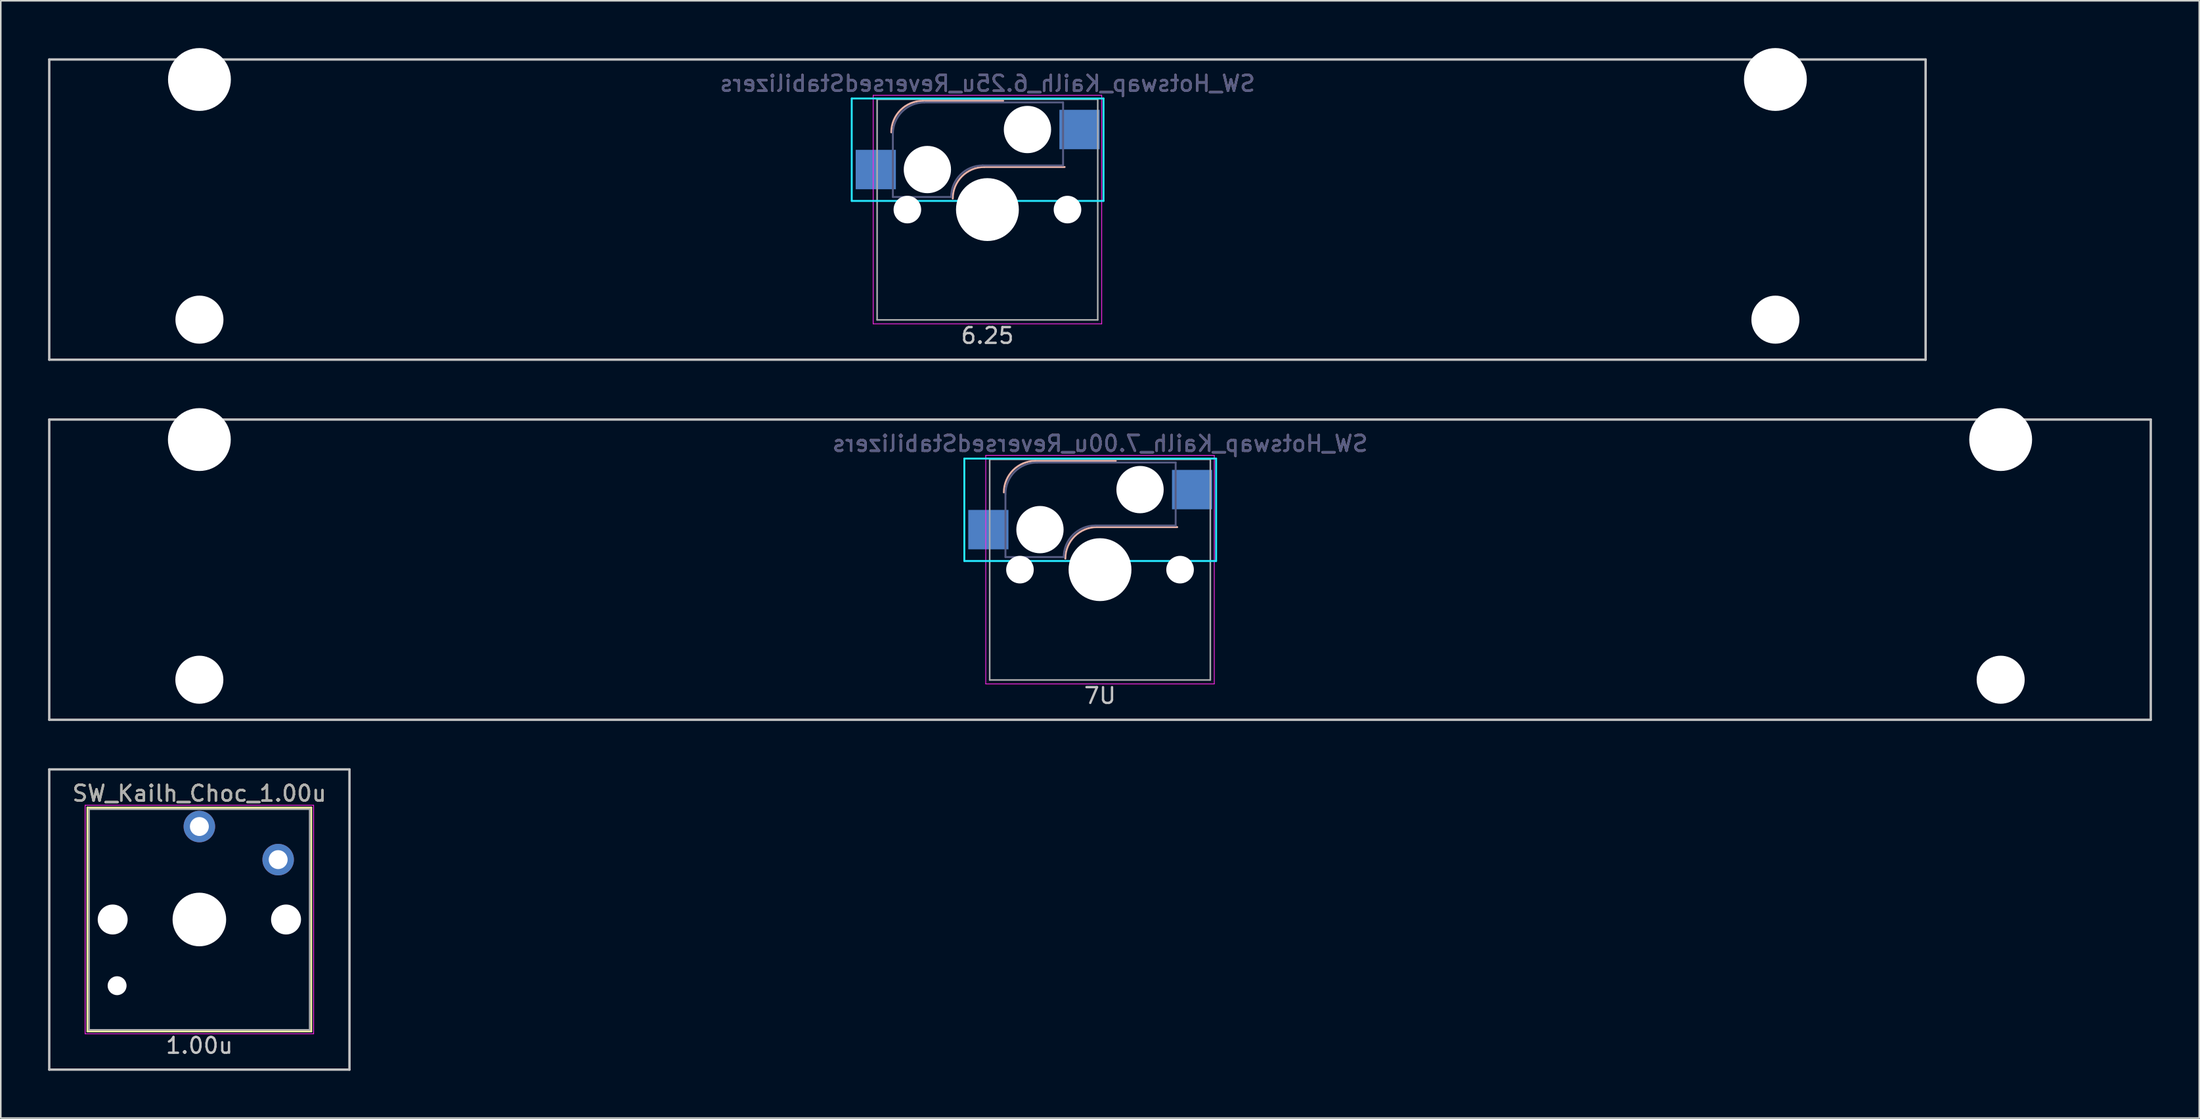
<source format=kicad_pcb>
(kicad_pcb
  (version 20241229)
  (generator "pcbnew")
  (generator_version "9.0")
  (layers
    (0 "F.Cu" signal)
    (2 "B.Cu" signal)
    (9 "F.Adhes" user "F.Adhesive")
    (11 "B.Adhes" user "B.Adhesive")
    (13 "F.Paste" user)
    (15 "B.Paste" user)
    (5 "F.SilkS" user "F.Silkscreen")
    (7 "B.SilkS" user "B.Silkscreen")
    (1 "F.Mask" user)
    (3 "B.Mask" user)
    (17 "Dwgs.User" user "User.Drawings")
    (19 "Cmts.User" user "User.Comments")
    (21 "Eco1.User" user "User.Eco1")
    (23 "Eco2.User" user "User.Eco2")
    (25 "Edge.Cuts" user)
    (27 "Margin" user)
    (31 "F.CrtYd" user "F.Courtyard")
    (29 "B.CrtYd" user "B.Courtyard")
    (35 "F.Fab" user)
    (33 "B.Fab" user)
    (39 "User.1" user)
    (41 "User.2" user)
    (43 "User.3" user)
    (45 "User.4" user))
  (footprint "SW_Hotswap_Kailh_6.25u_ReversedStabilizers"
    (layer "F.Cu")
    (at 59.606 10.249)
    (property "Reference" "SW_Hotswap_Kailh_6.25u_ReversedStabilizers" (at 0 -8 0) (layer "B.SilkS") (effects (font (size 1 1) (thickness 0.15)) (justify mirror)))
    (attr smd)
    (fp_line (start 1 -6.9) (end -4.1 -6.9) (stroke (width 0.12) (type solid)) (layer "B.SilkS"))
    (fp_line (start 4.9 -2.7) (end -0.2 -2.7) (stroke (width 0.12) (type solid)) (layer "B.SilkS"))
    (fp_arc (start -6.1 -4.9) (mid -5.514214 -6.314214) (end -4.1 -6.9) (stroke (width 0.12) (type solid)) (layer "B.SilkS"))
    (fp_arc (start -2.2 -0.7) (mid -1.614214 -2.114214) (end -0.2 -2.7) (stroke (width 0.12) (type solid)) (layer "B.SilkS"))
    (fp_line (start -59.531 -9.525) (end 59.531 -9.525) (stroke (width 0.15) (type solid)) (layer "Dwgs.User"))
    (fp_line (start -59.531 9.525) (end -59.531 -9.525) (stroke (width 0.15) (type solid)) (layer "Dwgs.User"))
    (fp_line (start 59.531 -9.525) (end 59.531 9.525) (stroke (width 0.15) (type solid)) (layer "Dwgs.User"))
    (fp_line (start 59.531 9.525) (end -59.531 9.525) (stroke (width 0.15) (type solid)) (layer "Dwgs.User"))
    (fp_line (start -8.61 -7.05) (end 7.367 -7.05) (stroke (width 0.12) (type solid)) (layer "B.CrtYd"))
    (fp_line (start -8.61 -0.55) (end -8.61 -7.05) (stroke (width 0.12) (type solid)) (layer "B.CrtYd"))
    (fp_line (start -8.61 -0.55) (end 7.367 -0.55) (stroke (width 0.12) (type solid)) (layer "B.CrtYd"))
    (fp_line (start 7.367 -7.05) (end 7.367 -0.55) (stroke (width 0.12) (type solid)) (layer "B.CrtYd"))
    (fp_line (start -7.25 -7.25) (end 7.25 -7.25) (stroke (width 0.05) (type solid)) (layer "F.CrtYd"))
    (fp_line (start -7.25 7.25) (end -7.25 -7.25) (stroke (width 0.05) (type solid)) (layer "F.CrtYd"))
    (fp_line (start 7.25 -7.25) (end 7.25 7.25) (stroke (width 0.05) (type solid)) (layer "F.CrtYd"))
    (fp_line (start 7.25 7.25) (end -7.25 7.25) (stroke (width 0.05) (type solid)) (layer "F.CrtYd"))
    (fp_line (start -6 -0.8) (end -6 -4.8) (stroke (width 0.12) (type solid)) (layer "B.Fab"))
    (fp_line (start -6 -0.8) (end -2.3 -0.8) (stroke (width 0.12) (type solid)) (layer "B.Fab"))
    (fp_line (start -4 -6.8) (end 4.8 -6.8) (stroke (width 0.12) (type solid)) (layer "B.Fab"))
    (fp_line (start -0.3 -2.8) (end 4.8 -2.8) (stroke (width 0.12) (type solid)) (layer "B.Fab"))
    (fp_line (start 4.8 -6.8) (end 4.8 -2.8) (stroke (width 0.12) (type solid)) (layer "B.Fab"))
    (fp_arc (start -6 -4.8) (mid -5.414214 -6.214214) (end -4 -6.8) (stroke (width 0.12) (type solid)) (layer "B.Fab"))
    (fp_arc (start -2.3 -0.8) (mid -1.714214 -2.214214) (end -0.3 -2.8) (stroke (width 0.12) (type solid)) (layer "B.Fab"))
    (fp_line (start -7 -7) (end 7 -7) (stroke (width 0.1) (type solid)) (layer "F.Fab"))
    (fp_line (start -7 7) (end -7 -7) (stroke (width 0.1) (type solid)) (layer "F.Fab"))
    (fp_line (start 7 -7) (end 7 7) (stroke (width 0.1) (type solid)) (layer "F.Fab"))
    (fp_line (start 7 7) (end -7 7) (stroke (width 0.1) (type solid)) (layer "F.Fab"))
    (fp_text user "6.25" (at 0 8 0) (layer "Dwgs.User") (effects (font (size 1 1) (thickness 0.15))))
    (fp_text user "${REFERENCE}" (at 0 -8 0) (layer "B.Fab") (effects (font (size 1 1) (thickness 0.15)) (justify mirror)))
    (pad "" np_thru_hole circle (at -50 -8.255) (size 3.988 3.988) (drill 3.988) (layers "*.Cu" "*.Mask"))
    (pad "" np_thru_hole circle (at -50 6.985) (size 3.048 3.048) (drill 3.048) (layers "*.Cu" "*.Mask"))
    (pad "" np_thru_hole circle (at -5.08 0 48.1) (size 1.75 1.75) (drill 1.75) (layers "*.Cu" "*.Mask"))
    (pad "" np_thru_hole circle (at -3.81 -2.54) (size 3 3) (drill 3) (layers "*.Cu" "*.Mask"))
    (pad "" np_thru_hole circle (at 0 0) (size 3.988 3.988) (drill 3.988) (layers "*.Cu" "*.Mask"))
    (pad "" np_thru_hole circle (at 2.54 -5.08) (size 3 3) (drill 3) (layers "*.Cu" "*.Mask"))
    (pad "" np_thru_hole circle (at 5.08 0 48.1) (size 1.75 1.75) (drill 1.75) (layers "*.Cu" "*.Mask"))
    (pad "" np_thru_hole circle (at 50 -8.255) (size 3.988 3.988) (drill 3.988) (layers "*.Cu" "*.Mask"))
    (pad "" np_thru_hole circle (at 50 6.985) (size 3.048 3.048) (drill 3.048) (layers "*.Cu" "*.Mask"))
    (pad "1" smd rect (at -7.085 -2.54) (size 2.55 2.5) (layers "B.Cu" "B.Mask" "B.Paste"))
    (pad "2" smd rect (at 5.842 -5.08) (size 2.55 2.5) (layers "B.Cu" "B.Mask" "B.Paste")))
  (footprint "SW_Hotswap_Kailh_7.00u_ReversedStabilizers"
    (layer "F.Cu")
    (at 66.75 33.098)
    (property "Reference" "SW_Hotswap_Kailh_7.00u_ReversedStabilizers" (at 0 -8 0) (layer "B.SilkS") (effects (font (size 1 1) (thickness 0.15)) (justify mirror)))
    (attr smd)
    (fp_line (start 1 -6.9) (end -4.1 -6.9) (stroke (width 0.12) (type solid)) (layer "B.SilkS"))
    (fp_line (start 4.9 -2.7) (end -0.2 -2.7) (stroke (width 0.12) (type solid)) (layer "B.SilkS"))
    (fp_arc (start -6.1 -4.9) (mid -5.514214 -6.314214) (end -4.1 -6.9) (stroke (width 0.12) (type solid)) (layer "B.SilkS"))
    (fp_arc (start -2.2 -0.7) (mid -1.614214 -2.114214) (end -0.2 -2.7) (stroke (width 0.12) (type solid)) (layer "B.SilkS"))
    (fp_line (start -66.675 -9.525) (end 66.675 -9.525) (stroke (width 0.15) (type solid)) (layer "Dwgs.User"))
    (fp_line (start -66.675 9.525) (end -66.675 -9.525) (stroke (width 0.15) (type solid)) (layer "Dwgs.User"))
    (fp_line (start 66.675 -9.525) (end 66.675 9.525) (stroke (width 0.15) (type solid)) (layer "Dwgs.User"))
    (fp_line (start 66.675 9.525) (end -66.675 9.525) (stroke (width 0.15) (type solid)) (layer "Dwgs.User"))
    (fp_line (start -8.61 -7.05) (end 7.367 -7.05) (stroke (width 0.12) (type solid)) (layer "B.CrtYd"))
    (fp_line (start -8.61 -0.55) (end -8.61 -7.05) (stroke (width 0.12) (type solid)) (layer "B.CrtYd"))
    (fp_line (start -8.61 -0.55) (end 7.367 -0.55) (stroke (width 0.12) (type solid)) (layer "B.CrtYd"))
    (fp_line (start 7.367 -7.05) (end 7.367 -0.55) (stroke (width 0.12) (type solid)) (layer "B.CrtYd"))
    (fp_line (start -7.25 -7.25) (end 7.25 -7.25) (stroke (width 0.05) (type solid)) (layer "F.CrtYd"))
    (fp_line (start -7.25 7.25) (end -7.25 -7.25) (stroke (width 0.05) (type solid)) (layer "F.CrtYd"))
    (fp_line (start 7.25 -7.25) (end 7.25 7.25) (stroke (width 0.05) (type solid)) (layer "F.CrtYd"))
    (fp_line (start 7.25 7.25) (end -7.25 7.25) (stroke (width 0.05) (type solid)) (layer "F.CrtYd"))
    (fp_line (start -6 -0.8) (end -6 -4.8) (stroke (width 0.12) (type solid)) (layer "B.Fab"))
    (fp_line (start -6 -0.8) (end -2.3 -0.8) (stroke (width 0.12) (type solid)) (layer "B.Fab"))
    (fp_line (start -4 -6.8) (end 4.8 -6.8) (stroke (width 0.12) (type solid)) (layer "B.Fab"))
    (fp_line (start -0.3 -2.8) (end 4.8 -2.8) (stroke (width 0.12) (type solid)) (layer "B.Fab"))
    (fp_line (start 4.8 -6.8) (end 4.8 -2.8) (stroke (width 0.12) (type solid)) (layer "B.Fab"))
    (fp_arc (start -6 -4.8) (mid -5.414214 -6.214214) (end -4 -6.8) (stroke (width 0.12) (type solid)) (layer "B.Fab"))
    (fp_arc (start -2.3 -0.8) (mid -1.714214 -2.214214) (end -0.3 -2.8) (stroke (width 0.12) (type solid)) (layer "B.Fab"))
    (fp_line (start -7 -7) (end 7 -7) (stroke (width 0.1) (type solid)) (layer "F.Fab"))
    (fp_line (start -7 7) (end -7 -7) (stroke (width 0.1) (type solid)) (layer "F.Fab"))
    (fp_line (start 7 -7) (end 7 7) (stroke (width 0.1) (type solid)) (layer "F.Fab"))
    (fp_line (start 7 7) (end -7 7) (stroke (width 0.1) (type solid)) (layer "F.Fab"))
    (fp_text user "7U" (at 0 8 0) (layer "Dwgs.User") (effects (font (size 1 1) (thickness 0.15))))
    (fp_text user "${REFERENCE}" (at 0 -8 0) (layer "B.Fab") (effects (font (size 1 1) (thickness 0.15)) (justify mirror)))
    (pad "" np_thru_hole circle (at -57.15 -8.255) (size 3.988 3.988) (drill 3.988) (layers "*.Cu" "*.Mask"))
    (pad "" np_thru_hole circle (at -57.15 6.985) (size 3.048 3.048) (drill 3.048) (layers "*.Cu" "*.Mask"))
    (pad "" np_thru_hole circle (at -5.08 0 48.1) (size 1.75 1.75) (drill 1.75) (layers "*.Cu" "*.Mask"))
    (pad "" np_thru_hole circle (at -3.81 -2.54) (size 3 3) (drill 3) (layers "*.Cu" "*.Mask"))
    (pad "" np_thru_hole circle (at 0 0) (size 3.988 3.988) (drill 3.988) (layers "*.Cu" "*.Mask"))
    (pad "" np_thru_hole circle (at 2.54 -5.08) (size 3 3) (drill 3) (layers "*.Cu" "*.Mask"))
    (pad "" np_thru_hole circle (at 5.08 0 48.1) (size 1.75 1.75) (drill 1.75) (layers "*.Cu" "*.Mask"))
    (pad "" np_thru_hole circle (at 57.15 -8.255) (size 3.988 3.988) (drill 3.988) (layers "*.Cu" "*.Mask"))
    (pad "" np_thru_hole circle (at 57.15 6.985) (size 3.048 3.048) (drill 3.048) (layers "*.Cu" "*.Mask"))
    (pad "1" smd rect (at -7.085 -2.54) (size 2.55 2.5) (layers "B.Cu" "B.Mask" "B.Paste"))
    (pad "2" smd rect (at 5.842 -5.08) (size 2.55 2.5) (layers "B.Cu" "B.Mask" "B.Paste")))
  (footprint "SW_Kailh_Choc_1.00u"
    (layer "F.Cu")
    (at 9.6 55.298)
    (property "Reference" "SW_Kailh_Choc_1.00u" (at 0 -8 0) (layer "F.SilkS") (effects (font (size 1 1) (thickness 0.15))))
    (attr through_hole)
    (fp_line (start -7.1 -7.1) (end 7.1 -7.1) (stroke (width 0.12) (type solid)) (layer "F.SilkS"))
    (fp_line (start -7.1 7.1) (end -7.1 -7.1) (stroke (width 0.12) (type solid)) (layer "F.SilkS"))
    (fp_line (start 7.1 -7.1) (end 7.1 7.1) (stroke (width 0.12) (type solid)) (layer "F.SilkS"))
    (fp_line (start 7.1 7.1) (end -7.1 7.1) (stroke (width 0.12) (type solid)) (layer "F.SilkS"))
    (fp_line (start -9.525 -9.525) (end 9.525 -9.525) (stroke (width 0.15) (type solid)) (layer "Dwgs.User"))
    (fp_line (start -9.525 9.525) (end -9.525 -9.525) (stroke (width 0.15) (type solid)) (layer "Dwgs.User"))
    (fp_line (start 9.525 -9.525) (end 9.525 9.525) (stroke (width 0.15) (type solid)) (layer "Dwgs.User"))
    (fp_line (start 9.525 9.525) (end -9.525 9.525) (stroke (width 0.15) (type solid)) (layer "Dwgs.User"))
    (fp_line (start -7.25 -7.25) (end 7.25 -7.25) (stroke (width 0.05) (type solid)) (layer "F.CrtYd"))
    (fp_line (start -7.25 7.25) (end -7.25 -7.25) (stroke (width 0.05) (type solid)) (layer "F.CrtYd"))
    (fp_line (start 7.25 -7.25) (end 7.25 7.25) (stroke (width 0.05) (type solid)) (layer "F.CrtYd"))
    (fp_line (start 7.25 7.25) (end -7.25 7.25) (stroke (width 0.05) (type solid)) (layer "F.CrtYd"))
    (fp_line (start -7 -7) (end 7 -7) (stroke (width 0.1) (type solid)) (layer "F.Fab"))
    (fp_line (start -7 7) (end -7 -7) (stroke (width 0.1) (type solid)) (layer "F.Fab"))
    (fp_line (start 7 -7) (end 7 7) (stroke (width 0.1) (type solid)) (layer "F.Fab"))
    (fp_line (start 7 7) (end -7 7) (stroke (width 0.1) (type solid)) (layer "F.Fab"))
    (fp_text user "1.00u" (at 0 8 0) (layer "Dwgs.User") (effects (font (size 1 1) (thickness 0.15))))
    (fp_text user "${REFERENCE}" (at 0 -8 0) (layer "F.Fab") (effects (font (size 1 1) (thickness 0.15))))
    (pad "" np_thru_hole circle (at -5.5 0 48.1) (size 1.9 1.9) (drill 1.9) (layers "*.Cu" "*.Mask"))
    (pad "" np_thru_hole circle (at -5.22 4.2) (size 1.2 1.2) (drill 1.2) (layers "*.Cu" "*.Mask"))
    (pad "" np_thru_hole circle (at 0 0) (size 3.4 3.4) (drill 3.4) (layers "*.Cu" "*.Mask"))
    (pad "" np_thru_hole circle (at 5.5 0 48.1) (size 1.9 1.9) (drill 1.9) (layers "*.Cu" "*.Mask"))
    (pad "1" thru_hole circle (at 5 -3.8) (size 2 2) (drill 1.2) (layers "*.Cu" "B.Mask"))
    (pad "2" thru_hole circle (at 0 -5.9) (size 2 2) (drill 1.2) (layers "*.Cu" "B.Mask")))
  (gr_rect
    (start -3 -3)
    (end 136.5 67.898)
    (stroke (width 0.1) (type default))
    (fill no)
    (layer "Edge.Cuts")))
</source>
